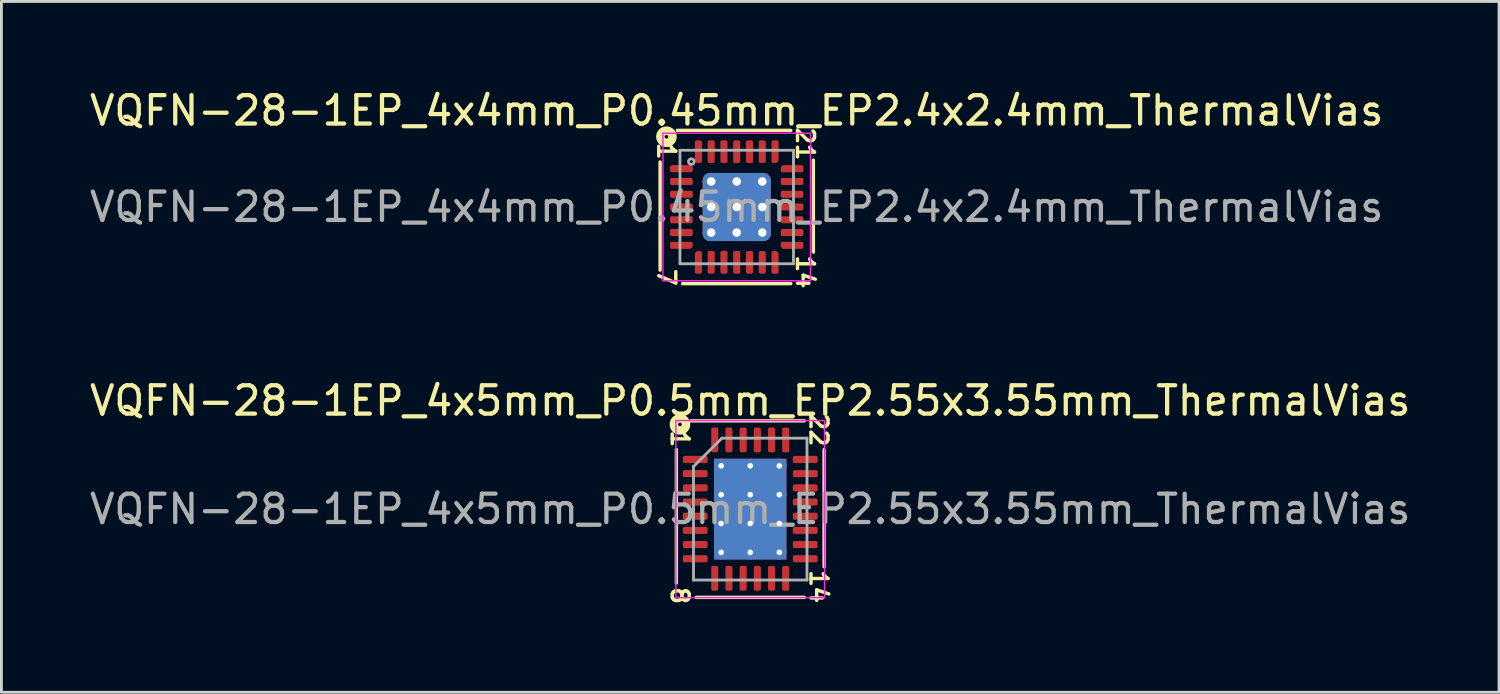
<source format=kicad_pcb>
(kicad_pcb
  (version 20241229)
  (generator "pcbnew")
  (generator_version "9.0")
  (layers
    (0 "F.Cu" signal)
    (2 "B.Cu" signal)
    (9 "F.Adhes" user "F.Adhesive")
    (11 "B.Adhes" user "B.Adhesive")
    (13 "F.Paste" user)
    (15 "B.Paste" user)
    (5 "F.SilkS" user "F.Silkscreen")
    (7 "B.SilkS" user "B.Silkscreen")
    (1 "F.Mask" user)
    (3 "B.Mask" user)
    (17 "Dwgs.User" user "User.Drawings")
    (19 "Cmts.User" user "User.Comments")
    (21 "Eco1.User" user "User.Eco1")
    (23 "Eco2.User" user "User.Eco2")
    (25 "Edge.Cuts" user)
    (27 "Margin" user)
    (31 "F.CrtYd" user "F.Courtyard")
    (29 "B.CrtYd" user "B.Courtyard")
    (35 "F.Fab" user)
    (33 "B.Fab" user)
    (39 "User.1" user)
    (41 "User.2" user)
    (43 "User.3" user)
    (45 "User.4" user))
  (footprint "VQFN-28-1EP_4x5mm_P0.5mm_EP2.55x3.55mm_ThermalVias"
    (layer "F.Cu")
    (at 23.387 14.89)
    (property "Reference" "VQFN-28-1EP_4x5mm_P0.5mm_EP2.55x3.55mm_ThermalVias" (at 0 -3.82 0) (layer "F.SilkS") (effects (font (size 1 1) (thickness 0.15))))
    (attr smd)
    (fp_line (start -2.603 -2.095) (end -2.603 2.603) (stroke (width 0.12) (type solid)) (layer "F.SilkS"))
    (fp_line (start -1.905 3.111) (end 1.905 3.111) (stroke (width 0.12) (type solid)) (layer "F.SilkS"))
    (fp_line (start 1.905 -3.111) (end -2.095 -3.111) (stroke (width 0.12) (type solid)) (layer "F.SilkS"))
    (fp_line (start 2.603 2.032) (end 2.603 -2.095) (stroke (width 0.12) (type solid)) (layer "F.SilkS"))
    (fp_circle (center -2.477 -2.985) (end -2.413 -2.985) (stroke (width 0.3) (type solid)) (fill no) (layer "F.SilkS"))
    (fp_line (start -2.62 -3.12) (end -2.62 3.12) (stroke (width 0.05) (type solid)) (layer "F.CrtYd"))
    (fp_line (start -2.62 3.12) (end 2.62 3.12) (stroke (width 0.05) (type solid)) (layer "F.CrtYd"))
    (fp_line (start 2.62 -3.12) (end -2.62 -3.12) (stroke (width 0.05) (type solid)) (layer "F.CrtYd"))
    (fp_line (start 2.62 3.12) (end 2.62 -3.12) (stroke (width 0.05) (type solid)) (layer "F.CrtYd"))
    (fp_line (start -2 -1.5) (end -1 -2.5) (stroke (width 0.1) (type solid)) (layer "F.Fab"))
    (fp_line (start -2 2.5) (end -2 -1.5) (stroke (width 0.1) (type solid)) (layer "F.Fab"))
    (fp_line (start -1 -2.5) (end 2 -2.5) (stroke (width 0.1) (type solid)) (layer "F.Fab"))
    (fp_line (start 2 -2.5) (end 2 2.5) (stroke (width 0.1) (type solid)) (layer "F.Fab"))
    (fp_line (start 2 2.5) (end -2 2.5) (stroke (width 0.1) (type solid)) (layer "F.Fab"))
    (fp_text user "8" (at -2.477 3.048 270) (unlocked yes) (layer "F.SilkS") (effects (font (size 0.6 0.6) (thickness 0.12))))
    (fp_text user "22" (at 2.413 -2.794 270) (unlocked yes) (layer "F.SilkS") (effects (font (size 0.6 0.6) (thickness 0.12))))
    (fp_text user "1" (at -2.477 -2.477 270) (unlocked yes) (layer "F.SilkS") (effects (font (size 0.6 0.6) (thickness 0.12))))
    (fp_text user "14" (at 2.413 2.731 270) (unlocked yes) (layer "F.SilkS") (effects (font (size 0.6 0.6) (thickness 0.12))))
    (fp_text user "${REFERENCE}" (at 0 0 0) (layer "F.Fab") (effects (font (size 1 1) (thickness 0.15))))
    (pad "" smd roundrect (at -0.635 -1.18) (size 1.03 0.95) (layers "F.Paste") (roundrect_rratio 0.25))
    (pad "" smd roundrect (at -0.635 0) (size 1.03 0.95) (layers "F.Paste") (roundrect_rratio 0.25))
    (pad "" smd roundrect (at -0.635 1.18) (size 1.03 0.95) (layers "F.Paste") (roundrect_rratio 0.25))
    (pad "" smd roundrect (at 0.635 -1.18) (size 1.03 0.95) (layers "F.Paste") (roundrect_rratio 0.25))
    (pad "" smd roundrect (at 0.635 0) (size 1.03 0.95) (layers "F.Paste") (roundrect_rratio 0.25))
    (pad "" smd roundrect (at 0.635 1.18) (size 1.03 0.95) (layers "F.Paste") (roundrect_rratio 0.25))
    (pad "1" smd roundrect (at -1.938 -1.75) (size 0.875 0.25) (layers "F.Cu" "F.Mask" "F.Paste") (roundrect_rratio 0.25))
    (pad "2" smd roundrect (at -1.938 -1.25) (size 0.875 0.25) (layers "F.Cu" "F.Mask" "F.Paste") (roundrect_rratio 0.25))
    (pad "3" smd roundrect (at -1.938 -0.75) (size 0.875 0.25) (layers "F.Cu" "F.Mask" "F.Paste") (roundrect_rratio 0.25))
    (pad "4" smd roundrect (at -1.938 -0.25) (size 0.875 0.25) (layers "F.Cu" "F.Mask" "F.Paste") (roundrect_rratio 0.25))
    (pad "5" smd roundrect (at -1.938 0.25) (size 0.875 0.25) (layers "F.Cu" "F.Mask" "F.Paste") (roundrect_rratio 0.25))
    (pad "6" smd roundrect (at -1.938 0.75) (size 0.875 0.25) (layers "F.Cu" "F.Mask" "F.Paste") (roundrect_rratio 0.25))
    (pad "7" smd roundrect (at -1.938 1.25) (size 0.875 0.25) (layers "F.Cu" "F.Mask" "F.Paste") (roundrect_rratio 0.25))
    (pad "8" smd roundrect (at -1.938 1.75) (size 0.875 0.25) (layers "F.Cu" "F.Mask" "F.Paste") (roundrect_rratio 0.25))
    (pad "9" smd roundrect (at -1.25 2.438) (size 0.25 0.875) (layers "F.Cu" "F.Mask" "F.Paste") (roundrect_rratio 0.25))
    (pad "10" smd roundrect (at -0.75 2.438) (size 0.25 0.875) (layers "F.Cu" "F.Mask" "F.Paste") (roundrect_rratio 0.25))
    (pad "11" smd roundrect (at -0.25 2.438) (size 0.25 0.875) (layers "F.Cu" "F.Mask" "F.Paste") (roundrect_rratio 0.25))
    (pad "12" smd roundrect (at 0.25 2.438) (size 0.25 0.875) (layers "F.Cu" "F.Mask" "F.Paste") (roundrect_rratio 0.25))
    (pad "13" smd roundrect (at 0.75 2.438) (size 0.25 0.875) (layers "F.Cu" "F.Mask" "F.Paste") (roundrect_rratio 0.25))
    (pad "14" smd roundrect (at 1.25 2.438) (size 0.25 0.875) (layers "F.Cu" "F.Mask" "F.Paste") (roundrect_rratio 0.25))
    (pad "15" smd roundrect (at 1.938 1.75) (size 0.875 0.25) (layers "F.Cu" "F.Mask" "F.Paste") (roundrect_rratio 0.25))
    (pad "16" smd roundrect (at 1.938 1.25) (size 0.875 0.25) (layers "F.Cu" "F.Mask" "F.Paste") (roundrect_rratio 0.25))
    (pad "17" smd roundrect (at 1.938 0.75) (size 0.875 0.25) (layers "F.Cu" "F.Mask" "F.Paste") (roundrect_rratio 0.25))
    (pad "18" smd roundrect (at 1.938 0.25) (size 0.875 0.25) (layers "F.Cu" "F.Mask" "F.Paste") (roundrect_rratio 0.25))
    (pad "19" smd roundrect (at 1.938 -0.25) (size 0.875 0.25) (layers "F.Cu" "F.Mask" "F.Paste") (roundrect_rratio 0.25))
    (pad "20" smd roundrect (at 1.938 -0.75) (size 0.875 0.25) (layers "F.Cu" "F.Mask" "F.Paste") (roundrect_rratio 0.25))
    (pad "21" smd roundrect (at 1.938 -1.25) (size 0.875 0.25) (layers "F.Cu" "F.Mask" "F.Paste") (roundrect_rratio 0.25))
    (pad "22" smd roundrect (at 1.938 -1.75) (size 0.875 0.25) (layers "F.Cu" "F.Mask" "F.Paste") (roundrect_rratio 0.25))
    (pad "23" smd roundrect (at 1.25 -2.438) (size 0.25 0.875) (layers "F.Cu" "F.Mask" "F.Paste") (roundrect_rratio 0.25))
    (pad "24" smd roundrect (at 0.75 -2.438) (size 0.25 0.875) (layers "F.Cu" "F.Mask" "F.Paste") (roundrect_rratio 0.25))
    (pad "25" smd roundrect (at 0.25 -2.438) (size 0.25 0.875) (layers "F.Cu" "F.Mask" "F.Paste") (roundrect_rratio 0.25))
    (pad "26" smd roundrect (at -0.25 -2.438) (size 0.25 0.875) (layers "F.Cu" "F.Mask" "F.Paste") (roundrect_rratio 0.25))
    (pad "27" smd roundrect (at -0.75 -2.438) (size 0.25 0.875) (layers "F.Cu" "F.Mask" "F.Paste") (roundrect_rratio 0.25))
    (pad "28" smd roundrect (at -1.25 -2.438) (size 0.25 0.875) (layers "F.Cu" "F.Mask" "F.Paste") (roundrect_rratio 0.25))
    (pad "29" thru_hole circle (at -1.025 -1.525) (size 0.5 0.5) (drill 0.2) (layers "*.Cu"))
    (pad "29" thru_hole circle (at -1.025 -0.508) (size 0.5 0.5) (drill 0.2) (layers "*.Cu"))
    (pad "29" thru_hole circle (at -1.025 0.508) (size 0.5 0.5) (drill 0.2) (layers "*.Cu"))
    (pad "29" thru_hole circle (at -1.025 1.525) (size 0.5 0.5) (drill 0.2) (layers "*.Cu"))
    (pad "29" thru_hole circle (at 0 -1.525) (size 0.5 0.5) (drill 0.2) (layers "*.Cu"))
    (pad "29" thru_hole circle (at 0 -0.508) (size 0.5 0.5) (drill 0.2) (layers "*.Cu"))
    (pad "29" smd rect (at 0 0) (size 2.55 3.55) (layers "F.Cu" "F.Mask"))
    (pad "29" smd rect (at 0 0) (size 2.55 3.55) (layers "B.Cu" "B.Mask"))
    (pad "29" thru_hole circle (at 0 0.508) (size 0.5 0.5) (drill 0.2) (layers "*.Cu"))
    (pad "29" thru_hole circle (at 0 1.525) (size 0.5 0.5) (drill 0.2) (layers "*.Cu"))
    (pad "29" thru_hole circle (at 1.025 -1.525) (size 0.5 0.5) (drill 0.2) (layers "*.Cu"))
    (pad "29" thru_hole circle (at 1.025 -0.508) (size 0.5 0.5) (drill 0.2) (layers "*.Cu"))
    (pad "29" thru_hole circle (at 1.025 0.508) (size 0.5 0.5) (drill 0.2) (layers "*.Cu"))
    (pad "29" thru_hole circle (at 1.025 1.525) (size 0.5 0.5) (drill 0.2) (layers "*.Cu")))
  (footprint "VQFN-28-1EP_4x4mm_P0.45mm_EP2.4x2.4mm_ThermalVias"
    (layer "F.Cu")
    (at 22.911 4.245)
    (property "Reference" "VQFN-28-1EP_4x4mm_P0.45mm_EP2.4x2.4mm_ThermalVias" (at 0 -3.397 0) (layer "F.SilkS") (effects (font (size 1 1) (thickness 0.15))))
    (attr smd)
    (fp_line (start -2.7 -1.587) (end -2.7 2.223) (stroke (width 0.12) (type solid)) (layer "F.SilkS"))
    (fp_line (start -1.905 2.7) (end 1.905 2.7) (stroke (width 0.12) (type solid)) (layer "F.SilkS"))
    (fp_line (start 1.905 -2.7) (end -2.095 -2.7) (stroke (width 0.12) (type solid)) (layer "F.SilkS"))
    (fp_line (start 2.7 1.587) (end 2.7 -1.651) (stroke (width 0.12) (type solid)) (layer "F.SilkS"))
    (fp_circle (center -2.477 -2.477) (end -2.413 -2.477) (stroke (width 0.3) (type solid)) (fill no) (layer "F.SilkS"))
    (fp_line (start -2.6 -2.6) (end -2.6 2.6) (stroke (width 0.05) (type solid)) (layer "F.CrtYd"))
    (fp_line (start -2.6 2.6) (end 2.6 2.6) (stroke (width 0.05) (type solid)) (layer "F.CrtYd"))
    (fp_line (start 2.6 -2.6) (end -2.6 -2.6) (stroke (width 0.05) (type solid)) (layer "F.CrtYd"))
    (fp_line (start 2.6 2.6) (end 2.6 -2.6) (stroke (width 0.05) (type solid)) (layer "F.CrtYd"))
    (fp_line (start -2 -2) (end 2 -2) (stroke (width 0.1) (type solid)) (layer "F.Fab"))
    (fp_line (start -2 2) (end -2 -2) (stroke (width 0.1) (type solid)) (layer "F.Fab"))
    (fp_line (start 2 -2) (end 2 2) (stroke (width 0.1) (type solid)) (layer "F.Fab"))
    (fp_line (start 2 2) (end -2 2) (stroke (width 0.1) (type solid)) (layer "F.Fab"))
    (fp_circle (center -1.6 -1.6) (end -1.5 -1.6) (stroke (width 0.1) (type solid)) (fill no) (layer "F.Fab"))
    (fp_text user "21" (at 2.413 -2.223 270) (unlocked yes) (layer "F.SilkS") (effects (font (size 0.6 0.6) (thickness 0.12))))
    (fp_text user "14" (at 2.413 2.286 270) (unlocked yes) (layer "F.SilkS") (effects (font (size 0.6 0.6) (thickness 0.12))))
    (fp_text user "1" (at -2.477 -1.968 270) (unlocked yes) (layer "F.SilkS") (effects (font (size 0.6 0.6) (thickness 0.12))))
    (fp_text user "7" (at -2.477 2.477 270) (unlocked yes) (layer "F.SilkS") (effects (font (size 0.6 0.6) (thickness 0.12))))
    (fp_text user "${REFERENCE}" (at 0 0 0) (layer "F.Fab") (effects (font (size 1 1) (thickness 0.15))))
    (pad "" smd roundrect (at -0.6 -0.6) (size 1 1) (layers "F.Paste") (roundrect_rratio 0.25))
    (pad "" smd roundrect (at -0.6 0.6) (size 1 1) (layers "F.Paste") (roundrect_rratio 0.25))
    (pad "" smd roundrect (at 0.6 -0.6) (size 1 1) (layers "F.Paste") (roundrect_rratio 0.25))
    (pad "" smd roundrect (at 0.6 0.6) (size 1 1) (layers "F.Paste") (roundrect_rratio 0.25))
    (pad "1" smd roundrect (at -1.95 -1.35) (size 0.8 0.25) (layers "F.Cu" "F.Mask" "F.Paste") (roundrect_rratio 0.25) (chamfer_ratio 0.3) (chamfer top_right))
    (pad "2" smd roundrect (at -1.95 -0.9) (size 0.8 0.25) (layers "F.Cu" "F.Mask" "F.Paste") (roundrect_rratio 0.25))
    (pad "3" smd roundrect (at -1.95 -0.45) (size 0.8 0.25) (layers "F.Cu" "F.Mask" "F.Paste") (roundrect_rratio 0.25))
    (pad "4" smd roundrect (at -1.95 0) (size 0.8 0.25) (layers "F.Cu" "F.Mask" "F.Paste") (roundrect_rratio 0.25))
    (pad "5" smd roundrect (at -1.95 0.45) (size 0.8 0.25) (layers "F.Cu" "F.Mask" "F.Paste") (roundrect_rratio 0.25))
    (pad "6" smd roundrect (at -1.95 0.9) (size 0.8 0.25) (layers "F.Cu" "F.Mask" "F.Paste") (roundrect_rratio 0.25))
    (pad "7" smd roundrect (at -1.95 1.35) (size 0.8 0.25) (layers "F.Cu" "F.Mask" "F.Paste") (roundrect_rratio 0.25) (chamfer_ratio 0.3) (chamfer bottom_right))
    (pad "8" smd roundrect (at -1.35 1.95) (size 0.25 0.8) (layers "F.Cu" "F.Mask" "F.Paste") (roundrect_rratio 0.25) (chamfer_ratio 0.3) (chamfer top_left))
    (pad "9" smd roundrect (at -0.9 1.95) (size 0.25 0.8) (layers "F.Cu" "F.Mask" "F.Paste") (roundrect_rratio 0.25))
    (pad "10" smd roundrect (at -0.45 1.95) (size 0.25 0.8) (layers "F.Cu" "F.Mask" "F.Paste") (roundrect_rratio 0.25))
    (pad "11" smd roundrect (at 0 1.95) (size 0.25 0.8) (layers "F.Cu" "F.Mask" "F.Paste") (roundrect_rratio 0.25))
    (pad "12" smd roundrect (at 0.45 1.95) (size 0.25 0.8) (layers "F.Cu" "F.Mask" "F.Paste") (roundrect_rratio 0.25))
    (pad "13" smd roundrect (at 0.9 1.95) (size 0.25 0.8) (layers "F.Cu" "F.Mask" "F.Paste") (roundrect_rratio 0.25))
    (pad "14" smd roundrect (at 1.35 1.95) (size 0.25 0.8) (layers "F.Cu" "F.Mask" "F.Paste") (roundrect_rratio 0.25) (chamfer_ratio 0.3) (chamfer top_right))
    (pad "15" smd roundrect (at 1.95 1.35) (size 0.8 0.25) (layers "F.Cu" "F.Mask" "F.Paste") (roundrect_rratio 0.25) (chamfer_ratio 0.3) (chamfer bottom_left))
    (pad "16" smd roundrect (at 1.95 0.9) (size 0.8 0.25) (layers "F.Cu" "F.Mask" "F.Paste") (roundrect_rratio 0.25))
    (pad "17" smd roundrect (at 1.95 0.45) (size 0.8 0.25) (layers "F.Cu" "F.Mask" "F.Paste") (roundrect_rratio 0.25))
    (pad "18" smd roundrect (at 1.95 0) (size 0.8 0.25) (layers "F.Cu" "F.Mask" "F.Paste") (roundrect_rratio 0.25))
    (pad "19" smd roundrect (at 1.95 -0.45) (size 0.8 0.25) (layers "F.Cu" "F.Mask" "F.Paste") (roundrect_rratio 0.25))
    (pad "20" smd roundrect (at 1.95 -0.9) (size 0.8 0.25) (layers "F.Cu" "F.Mask" "F.Paste") (roundrect_rratio 0.25))
    (pad "21" smd roundrect (at 1.95 -1.35) (size 0.8 0.25) (layers "F.Cu" "F.Mask" "F.Paste") (roundrect_rratio 0.25) (chamfer_ratio 0.3) (chamfer top_left))
    (pad "22" smd roundrect (at 1.35 -1.95) (size 0.25 0.8) (layers "F.Cu" "F.Mask" "F.Paste") (roundrect_rratio 0.25) (chamfer_ratio 0.3) (chamfer bottom_right))
    (pad "23" smd roundrect (at 0.9 -1.95) (size 0.25 0.8) (layers "F.Cu" "F.Mask" "F.Paste") (roundrect_rratio 0.25))
    (pad "24" smd roundrect (at 0.45 -1.95) (size 0.25 0.8) (layers "F.Cu" "F.Mask" "F.Paste") (roundrect_rratio 0.25))
    (pad "25" smd roundrect (at 0 -1.95) (size 0.25 0.8) (layers "F.Cu" "F.Mask" "F.Paste") (roundrect_rratio 0.25))
    (pad "26" smd roundrect (at -0.45 -1.95) (size 0.25 0.8) (layers "F.Cu" "F.Mask" "F.Paste") (roundrect_rratio 0.25))
    (pad "27" smd roundrect (at -0.9 -1.95) (size 0.25 0.8) (layers "F.Cu" "F.Mask" "F.Paste") (roundrect_rratio 0.25))
    (pad "28" smd roundrect (at -1.35 -1.95) (size 0.25 0.8) (layers "F.Cu" "F.Mask" "F.Paste") (roundrect_rratio 0.25) (chamfer_ratio 0.3) (chamfer bottom_left))
    (pad "29" thru_hole circle (at -0.9 -0.9) (size 0.6 0.6) (drill 0.3) (property pad_prop_heatsink) (layers "*.Cu"))
    (pad "29" thru_hole circle (at -0.9 0) (size 0.6 0.6) (drill 0.3) (property pad_prop_heatsink) (layers "*.Cu"))
    (pad "29" thru_hole circle (at -0.9 0.9) (size 0.6 0.6) (drill 0.3) (property pad_prop_heatsink) (layers "*.Cu"))
    (pad "29" thru_hole circle (at 0 -0.9) (size 0.6 0.6) (drill 0.3) (property pad_prop_heatsink) (layers "*.Cu"))
    (pad "29" thru_hole circle (at 0 0) (size 0.6 0.6) (drill 0.3) (property pad_prop_heatsink) (layers "*.Cu"))
    (pad "29" smd roundrect (at 0 0) (size 2.4 2.4) (layers "F.Cu" "F.Mask") (roundrect_rratio 0.104))
    (pad "29" smd roundrect (at 0 0) (size 2.4 2.4) (layers "B.Cu" "B.Mask") (roundrect_rratio 0.104))
    (pad "29" thru_hole circle (at 0 0.9) (size 0.6 0.6) (drill 0.3) (property pad_prop_heatsink) (layers "*.Cu"))
    (pad "29" thru_hole circle (at 0.9 -0.9) (size 0.6 0.6) (drill 0.3) (property pad_prop_heatsink) (layers "*.Cu"))
    (pad "29" thru_hole circle (at 0.9 0) (size 0.6 0.6) (drill 0.3) (property pad_prop_heatsink) (layers "*.Cu"))
    (pad "29" thru_hole circle (at 0.9 0.9) (size 0.6 0.6) (drill 0.3) (property pad_prop_heatsink) (layers "*.Cu")))
  (gr_rect
    (start -3 -3)
    (end 49.774 21.344)
    (stroke (width 0.1) (type default))
    (fill no)
    (layer "Edge.Cuts")))
</source>
